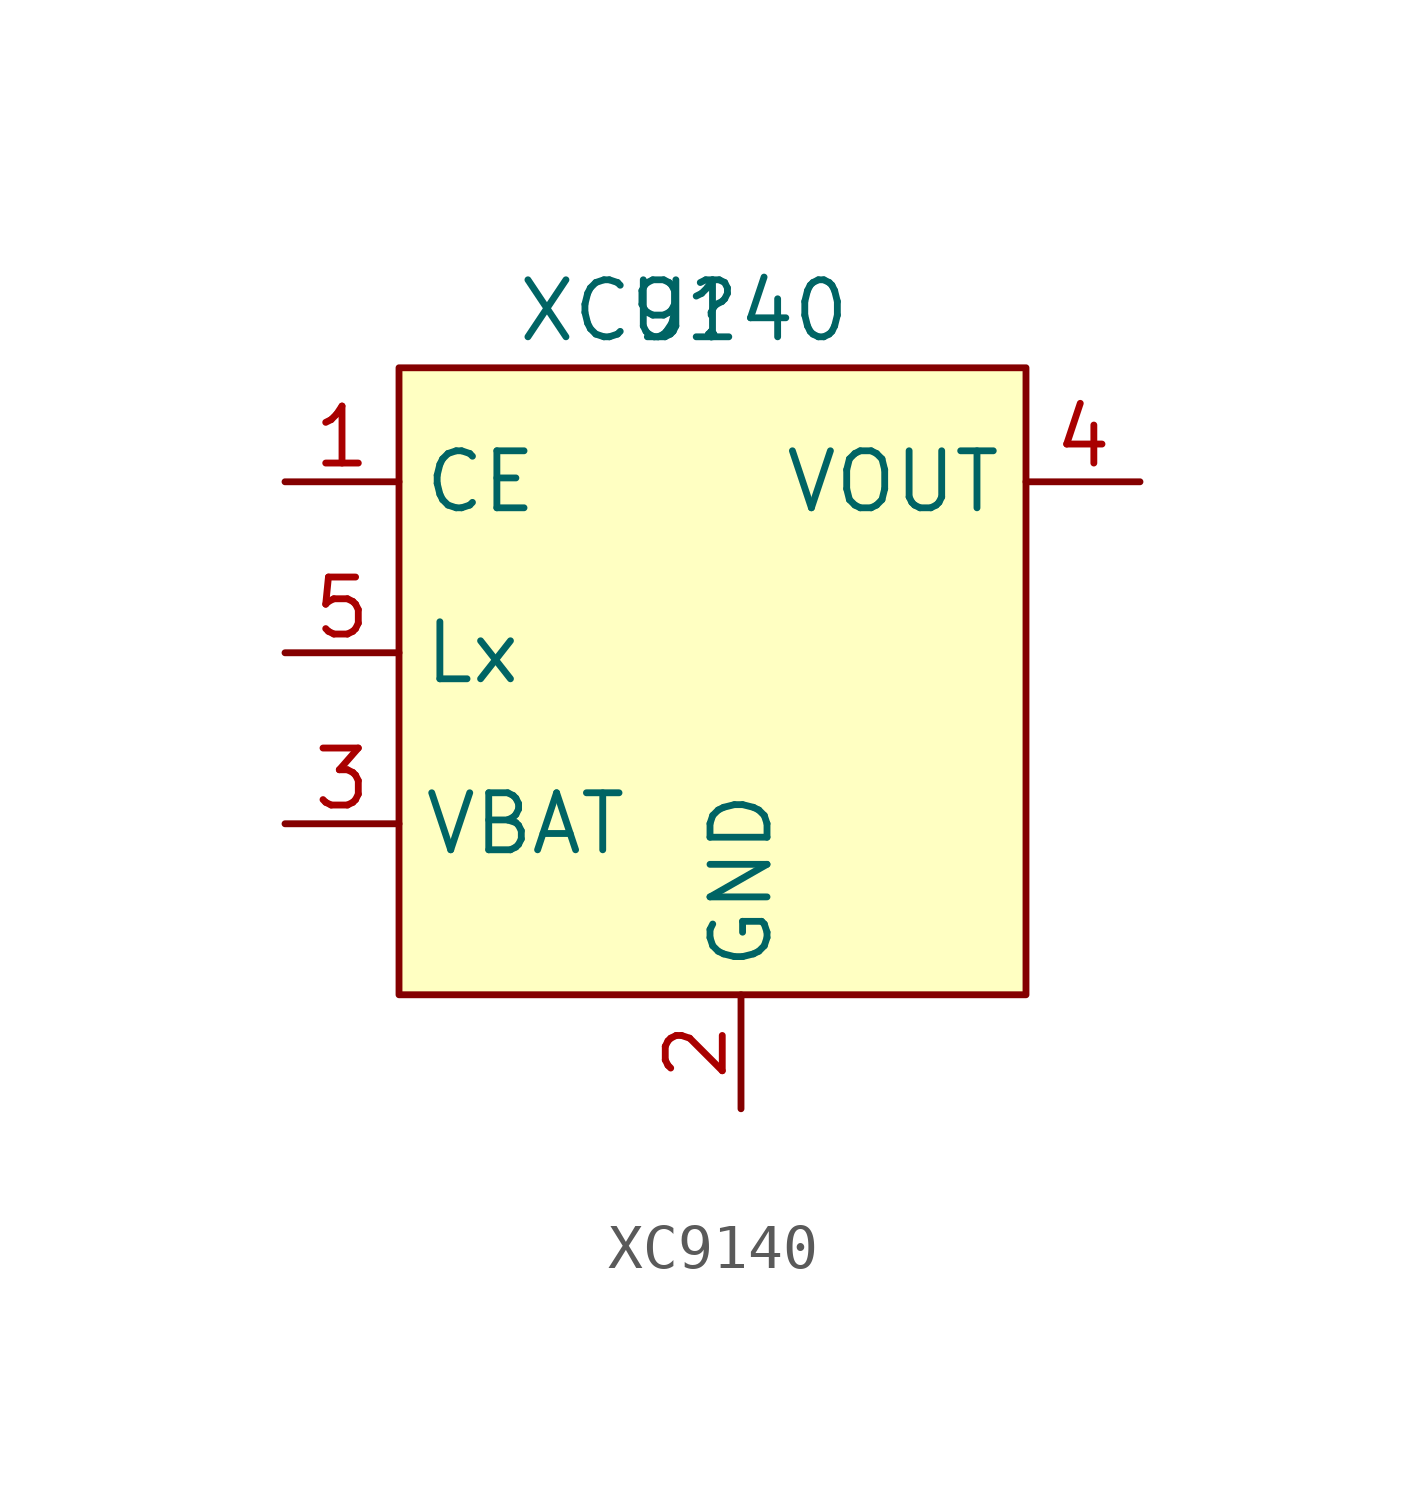
<source format=kicad_sym>
(kicad_symbol_lib
  (version 20231120)
  (generator "kicad_symbol_editor")
  (generator_version "8.0")
  (symbol "XC9140"
    (property "Reference" "U"
      (at 0 0 0)
      (effects (font (size 1.27 1.27))))
    (property "Value" "XC9140"
      (at 0 0 0)
      (effects (font (size 1.27 1.27))))
    (symbol "XC9140_1_1"
      (rectangle (start -6.35 -1.27) (end 7.62 -15.24) (stroke (width 0) (type default)) (fill (type background)))
      (pin input line (at -8.89 -3.81 0) (length 2.54) (name "CE" (effects (font (size 1.27 1.27)))) (number "1" (effects (font (size 1.27 1.27)))))
      (pin input line (at 1.27 -17.78 90) (length 2.54) (name "GND" (effects (font (size 1.27 1.27)))) (number "2" (effects (font (size 1.27 1.27)))))
      (pin input line (at -8.89 -11.43 0) (length 2.54) (name "VBAT" (effects (font (size 1.27 1.27)))) (number "3" (effects (font (size 1.27 1.27)))))
      (pin input line (at 10.16 -3.81 180) (length 2.54) (name "VOUT" (effects (font (size 1.27 1.27)))) (number "4" (effects (font (size 1.27 1.27)))))
      (pin input line (at -8.89 -7.62 0) (length 2.54) (name "Lx" (effects (font (size 1.27 1.27)))) (number "5" (effects (font (size 1.27 1.27))))))))
</source>
